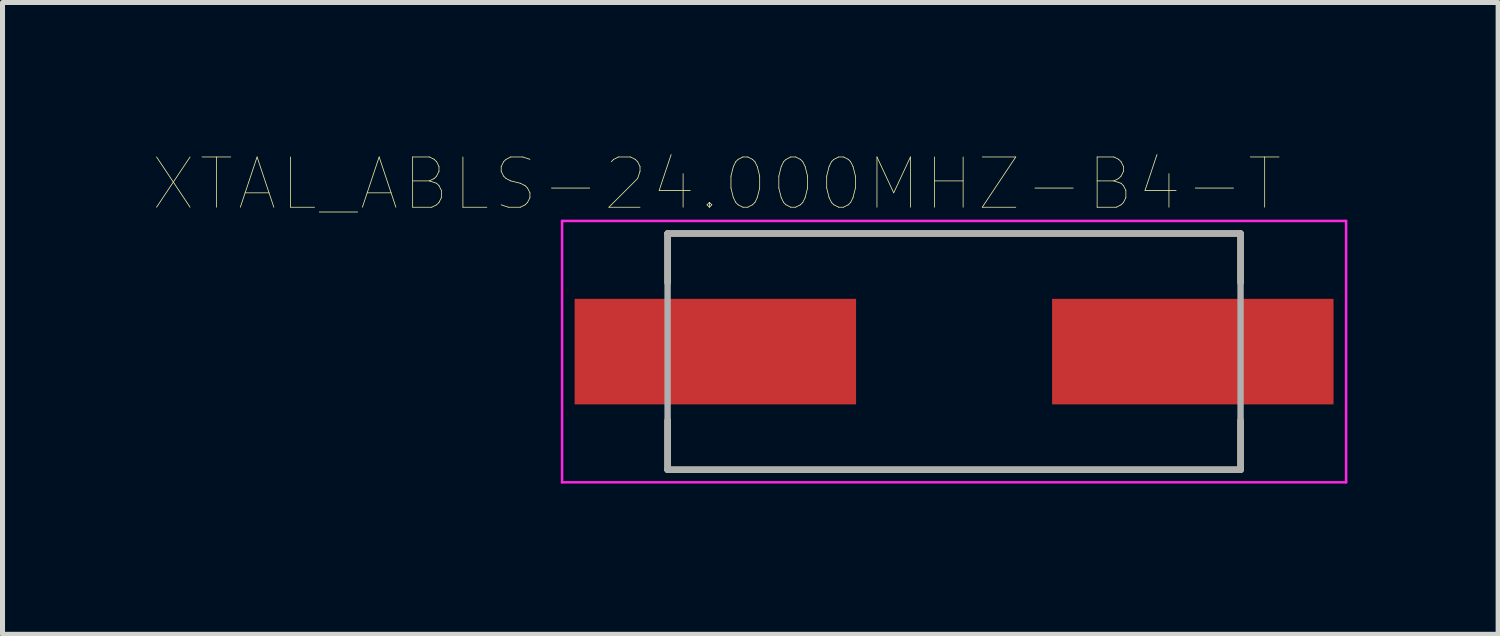
<source format=kicad_pcb>
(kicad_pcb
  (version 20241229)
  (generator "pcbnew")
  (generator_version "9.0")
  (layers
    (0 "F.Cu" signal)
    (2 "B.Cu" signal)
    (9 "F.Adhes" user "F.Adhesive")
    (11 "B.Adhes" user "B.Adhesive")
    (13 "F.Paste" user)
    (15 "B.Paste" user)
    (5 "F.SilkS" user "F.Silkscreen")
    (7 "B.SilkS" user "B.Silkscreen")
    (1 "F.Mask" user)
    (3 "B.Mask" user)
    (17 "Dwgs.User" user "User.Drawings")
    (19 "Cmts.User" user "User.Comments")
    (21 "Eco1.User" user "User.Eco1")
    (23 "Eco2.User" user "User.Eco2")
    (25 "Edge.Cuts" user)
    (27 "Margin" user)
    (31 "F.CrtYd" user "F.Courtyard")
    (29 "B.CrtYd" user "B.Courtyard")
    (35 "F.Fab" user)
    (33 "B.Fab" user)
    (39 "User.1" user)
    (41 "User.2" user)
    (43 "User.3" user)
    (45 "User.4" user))
  (footprint "XTAL_ABLS-24.000MHZ-B4-T"
    (layer "F.Cu")
    (at 15.933 3.946)
    (property "Reference" "XTAL_ABLS-24.000MHZ-B4-T" (at -4.725 -3.335 0) (layer "F.SilkS") (effects (font (size 1 1) (thickness 0.015))))
    (attr through_hole)
    (fp_line (start -5.7 -2.35) (end 5.7 -2.35) (stroke (width 0.127) (type solid)) (layer "F.SilkS"))
    (fp_line (start -5.7 -1.37) (end -5.7 -2.35) (stroke (width 0.127) (type solid)) (layer "F.SilkS"))
    (fp_line (start -5.7 2.35) (end -5.7 1.37) (stroke (width 0.127) (type solid)) (layer "F.SilkS"))
    (fp_line (start 5.7 -2.35) (end 5.7 -1.37) (stroke (width 0.127) (type solid)) (layer "F.SilkS"))
    (fp_line (start 5.7 1.37) (end 5.7 2.35) (stroke (width 0.127) (type solid)) (layer "F.SilkS"))
    (fp_line (start 5.7 2.35) (end -5.7 2.35) (stroke (width 0.127) (type solid)) (layer "F.SilkS"))
    (fp_line (start -7.8 -2.6) (end 7.8 -2.6) (stroke (width 0.05) (type solid)) (layer "F.CrtYd"))
    (fp_line (start -7.8 2.6) (end -7.8 -2.6) (stroke (width 0.05) (type solid)) (layer "F.CrtYd"))
    (fp_line (start 7.8 -2.6) (end 7.8 2.6) (stroke (width 0.05) (type solid)) (layer "F.CrtYd"))
    (fp_line (start 7.8 2.6) (end -7.8 2.6) (stroke (width 0.05) (type solid)) (layer "F.CrtYd"))
    (fp_line (start -5.7 -2.35) (end 5.7 -2.35) (stroke (width 0.127) (type solid)) (layer "F.Fab"))
    (fp_line (start -5.7 2.35) (end -5.7 -2.35) (stroke (width 0.127) (type solid)) (layer "F.Fab"))
    (fp_line (start 5.7 -2.35) (end 5.7 2.35) (stroke (width 0.127) (type solid)) (layer "F.Fab"))
    (fp_line (start 5.7 2.35) (end -5.7 2.35) (stroke (width 0.127) (type solid)) (layer "F.Fab"))
    (pad "1" smd rect (at -4.75 0) (size 5.6 2.1) (layers "F.Cu" "F.Mask" "F.Paste"))
    (pad "2" smd rect (at 4.75 0) (size 5.6 2.1) (layers "F.Cu" "F.Mask" "F.Paste")))
  (gr_rect
    (start -3 -3)
    (end 26.758 9.571)
    (stroke (width 0.1) (type default))
    (fill no)
    (layer "Edge.Cuts")))
</source>
